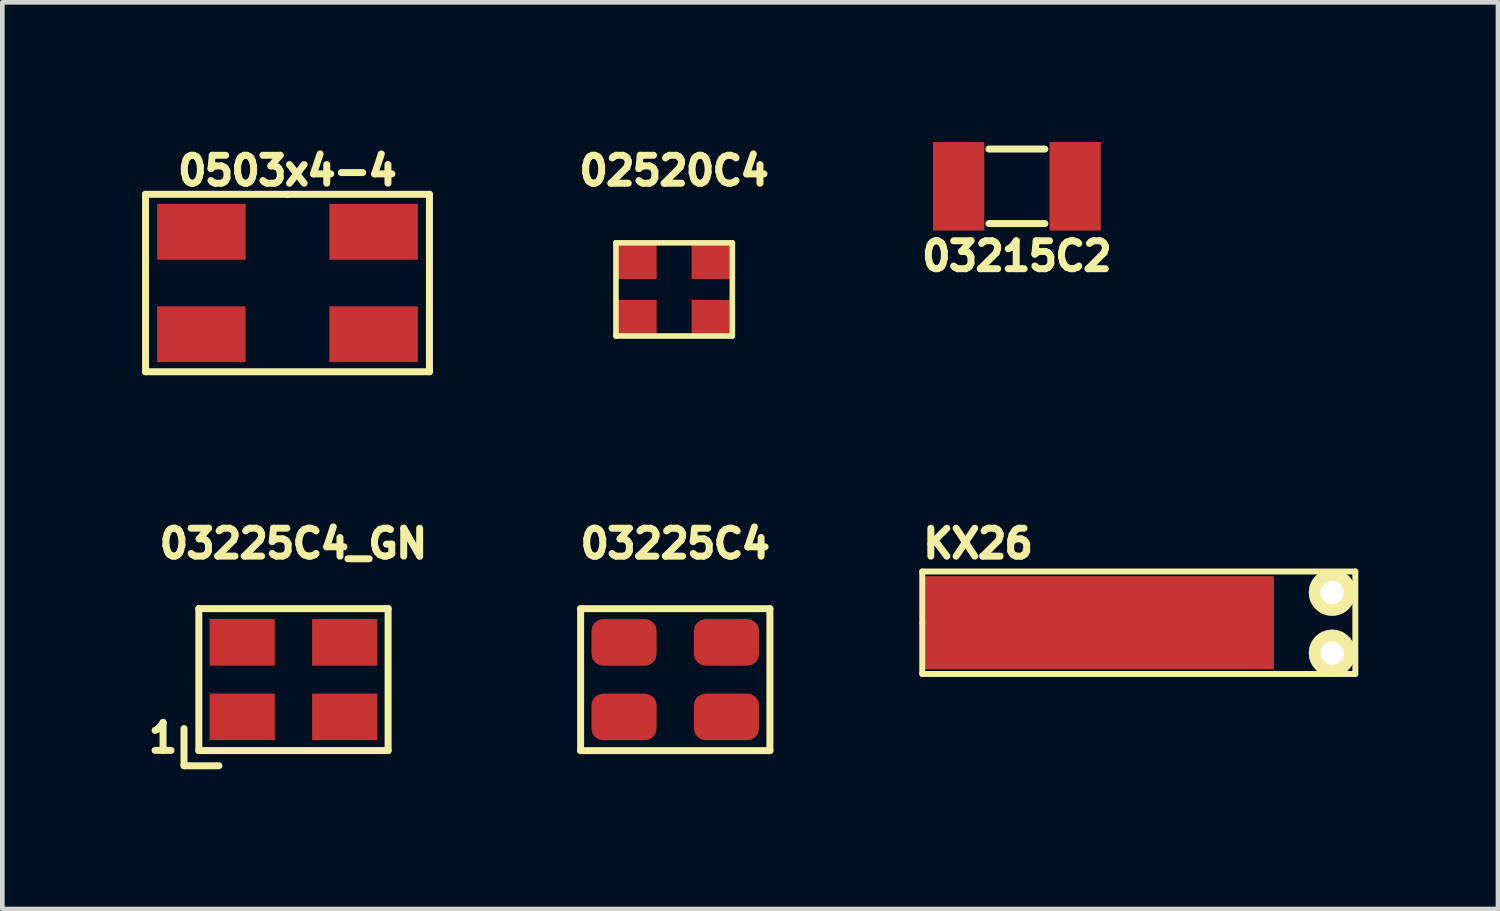
<source format=kicad_pcb>
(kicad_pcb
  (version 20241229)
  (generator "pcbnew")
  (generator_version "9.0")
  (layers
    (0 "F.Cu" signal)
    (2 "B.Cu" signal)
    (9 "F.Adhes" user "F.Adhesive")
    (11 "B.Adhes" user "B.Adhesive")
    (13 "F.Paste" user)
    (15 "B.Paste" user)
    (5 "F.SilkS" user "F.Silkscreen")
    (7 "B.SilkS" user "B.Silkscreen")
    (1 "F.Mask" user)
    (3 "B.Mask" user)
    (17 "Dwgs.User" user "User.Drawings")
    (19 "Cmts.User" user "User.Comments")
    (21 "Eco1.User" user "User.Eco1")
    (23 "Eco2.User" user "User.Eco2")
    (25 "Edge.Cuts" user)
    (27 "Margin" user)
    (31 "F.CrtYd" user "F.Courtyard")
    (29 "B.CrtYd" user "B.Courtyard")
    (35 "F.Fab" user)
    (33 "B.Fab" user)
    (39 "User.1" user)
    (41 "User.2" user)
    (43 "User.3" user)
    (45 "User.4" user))
  (footprint "03225C4_GN"
    (layer "F.Cu")
    (at 3.251 11.542)
    (property "Reference" "03225C4_GN" (at 0 -2.921 0) (layer "F.SilkS") (effects (font (size 0.599 0.599) (thickness 0.15))))
    (attr smd)
    (fp_line (start -2.35 1.05) (end -2.35 1.85) (stroke (width 0.15) (type solid)) (layer "F.SilkS"))
    (fp_line (start -2.35 1.85) (end -1.6 1.85) (stroke (width 0.15) (type solid)) (layer "F.SilkS"))
    (fp_line (start -2.032 -1.524) (end 2.032 -1.524) (stroke (width 0.15) (type solid)) (layer "F.SilkS"))
    (fp_line (start -2.032 1.524) (end -2.032 -1.524) (stroke (width 0.15) (type solid)) (layer "F.SilkS"))
    (fp_line (start 2.032 -1.524) (end 2.032 1.524) (stroke (width 0.15) (type solid)) (layer "F.SilkS"))
    (fp_line (start 2.032 1.524) (end -2.032 1.524) (stroke (width 0.15) (type solid)) (layer "F.SilkS"))
    (fp_text user "1" (at -2.8 1.25 0) (layer "F.SilkS") (effects (font (size 0.6 0.6) (thickness 0.15))))
    (pad "1" smd rect (at -1.1 0.8) (size 1.4 1) (layers "F.Cu" "F.Mask" "F.Paste"))
    (pad "2" smd rect (at 1.1 0.8) (size 1.4 1) (layers "F.Cu" "F.Mask" "F.Paste"))
    (pad "3" smd rect (at 1.1 -0.8) (size 1.4 1) (layers "F.Cu" "F.Mask" "F.Paste"))
    (pad "4" smd rect (at -1.1 -0.8) (size 1.4 1) (layers "F.Cu" "F.Mask" "F.Paste")))
  (footprint "KX26"
    (layer "F.Cu")
    (at 20.552 10.321)
    (property "Reference" "KX26" (at -2.601 -1.699 0) (layer "F.SilkS") (effects (font (size 0.6 0.6) (thickness 0.15))))
    (attr through_hole)
    (fp_line (start -3.8 -1.1) (end -3.8 0) (stroke (width 0.127) (type solid)) (layer "F.SilkS"))
    (fp_line (start -3.8 0) (end -3.8 1.1) (stroke (width 0.127) (type solid)) (layer "F.SilkS"))
    (fp_line (start -3.8 1.1) (end 5.499 1.1) (stroke (width 0.127) (type solid)) (layer "F.SilkS"))
    (fp_line (start 5.499 -1.1) (end -3.8 -1.1) (stroke (width 0.127) (type solid)) (layer "F.SilkS"))
    (fp_line (start 5.499 1.1) (end 5.499 -1.1) (stroke (width 0.127) (type solid)) (layer "F.SilkS"))
    (pad "1" thru_hole circle (at 5.001 -0.65) (size 1.001 1.001) (drill 0.5) (layers "*.Cu" "*.Mask" "F.SilkS"))
    (pad "2" thru_hole circle (at 5.001 0.65) (size 1.001 1.001) (drill 0.5) (layers "*.Cu" "*.Mask" "F.SilkS"))
    (pad "H" smd rect (at 0 0) (size 7.501 1.999) (layers "F.Cu" "F.Mask" "F.Paste")))
  (footprint "03215C2"
    (layer "F.Cu")
    (at 18.784 0.95)
    (property "Reference" "03215C2" (at 0 1.5 0) (layer "F.SilkS") (effects (font (size 0.6 0.6) (thickness 0.15))))
    (attr through_hole)
    (fp_line (start -0.6 0.8) (end 0.6 0.8) (stroke (width 0.15) (type solid)) (layer "F.SilkS"))
    (fp_line (start 0.6 -0.8) (end -0.6 -0.8) (stroke (width 0.15) (type solid)) (layer "F.SilkS"))
    (pad "1" smd rect (at -1.25 0) (size 1.1 1.9) (layers "F.Cu" "F.Mask" "F.Paste"))
    (pad "2" smd rect (at 1.25 0) (size 1.1 1.9) (layers "F.Cu" "F.Mask" "F.Paste")))
  (footprint "03225C4"
    (layer "F.Cu")
    (at 11.449 11.543)
    (property "Reference" "03225C4" (at 0 -2.921 0) (layer "F.SilkS") (effects (font (size 0.6 0.6) (thickness 0.15) (bold yes))))
    (attr smd)
    (fp_line (start -2.032 -1.524) (end 2.032 -1.524) (stroke (width 0.15) (type solid)) (layer "F.SilkS"))
    (fp_line (start -2.032 1.524) (end -2.032 -1.524) (stroke (width 0.15) (type solid)) (layer "F.SilkS"))
    (fp_line (start 2.032 -1.524) (end 2.032 1.524) (stroke (width 0.15) (type solid)) (layer "F.SilkS"))
    (fp_line (start 2.032 1.524) (end -2.032 1.524) (stroke (width 0.15) (type solid)) (layer "F.SilkS"))
    (pad "1" smd roundrect (at -1.1 0.8) (size 1.4 1) (layers "F.Cu" "F.Mask" "F.Paste") (roundrect_rratio 0.25))
    (pad "2" smd roundrect (at 1.1 -0.8) (size 1.4 1) (layers "F.Cu" "F.Mask" "F.Paste") (roundrect_rratio 0.25))
    (pad "H" smd roundrect (at -1.1 -0.8) (size 1.4 1) (layers "F.Cu" "F.Mask" "F.Paste") (roundrect_rratio 0.25))
    (pad "H" smd roundrect (at 1.1 0.8) (size 1.4 1) (layers "F.Cu" "F.Mask" "F.Paste") (roundrect_rratio 0.25)))
  (footprint "0503x4-4"
    (layer "F.Cu")
    (at 3.123 3.027)
    (property "Reference" "0503x4-4" (at 0 -2.413 0) (layer "F.SilkS") (effects (font (size 0.6 0.6) (thickness 0.15))))
    (attr smd)
    (fp_line (start -3.048 -1.905) (end 0 -1.905) (stroke (width 0.15) (type solid)) (layer "F.SilkS"))
    (fp_line (start -3.048 1.905) (end -3.048 -1.905) (stroke (width 0.15) (type solid)) (layer "F.SilkS"))
    (fp_line (start 0 -1.905) (end 3.048 -1.905) (stroke (width 0.15) (type solid)) (layer "F.SilkS"))
    (fp_line (start 3.048 -1.905) (end 3.048 1.905) (stroke (width 0.15) (type solid)) (layer "F.SilkS"))
    (fp_line (start 3.048 1.905) (end -3.048 1.905) (stroke (width 0.15) (type solid)) (layer "F.SilkS"))
    (pad "1" smd rect (at -1.849 1.1) (size 1.9 1.199) (layers "F.Cu" "F.Mask" "F.Paste"))
    (pad "2" smd rect (at 1.849 -1.1) (size 1.9 1.199) (layers "F.Cu" "F.Mask" "F.Paste"))
    (pad "H" smd rect (at -1.849 -1.1) (size 1.9 1.199) (layers "F.Cu" "F.Mask" "F.Paste"))
    (pad "H" smd rect (at 1.849 1.1) (size 1.9 1.199) (layers "F.Cu" "F.Mask" "F.Paste")))
  (footprint "02520C4"
    (layer "F.Cu")
    (at 11.425 3.164)
    (property "Reference" "02520C4" (at 0 -2.55 0) (layer "F.SilkS") (effects (font (size 0.6 0.6) (thickness 0.15))))
    (attr smd)
    (fp_line (start -1.25 -1) (end 1.25 -1) (stroke (width 0.12) (type solid)) (layer "F.SilkS"))
    (fp_line (start -1.25 1) (end -1.25 -1) (stroke (width 0.12) (type solid)) (layer "F.SilkS"))
    (fp_line (start 1.25 -1) (end 1.25 1) (stroke (width 0.12) (type solid)) (layer "F.SilkS"))
    (fp_line (start 1.25 1) (end -1.25 1) (stroke (width 0.12) (type solid)) (layer "F.SilkS"))
    (pad "1" smd rect (at -0.825 0.625) (size 0.9 0.8) (layers "F.Cu" "F.Mask" "F.Paste"))
    (pad "2" smd rect (at 0.825 -0.625) (size 0.9 0.8) (layers "F.Cu" "F.Mask" "F.Paste"))
    (pad "H" smd rect (at -0.825 -0.625) (size 0.9 0.8) (layers "F.Cu" "F.Mask" "F.Paste"))
    (pad "H" smd rect (at 0.825 0.625) (size 0.9 0.8) (layers "F.Cu" "F.Mask" "F.Paste")))
  (gr_rect
    (start -3 -3)
    (end 29.114 16.467)
    (stroke (width 0.1) (type default))
    (fill no)
    (layer "Edge.Cuts")))
</source>
